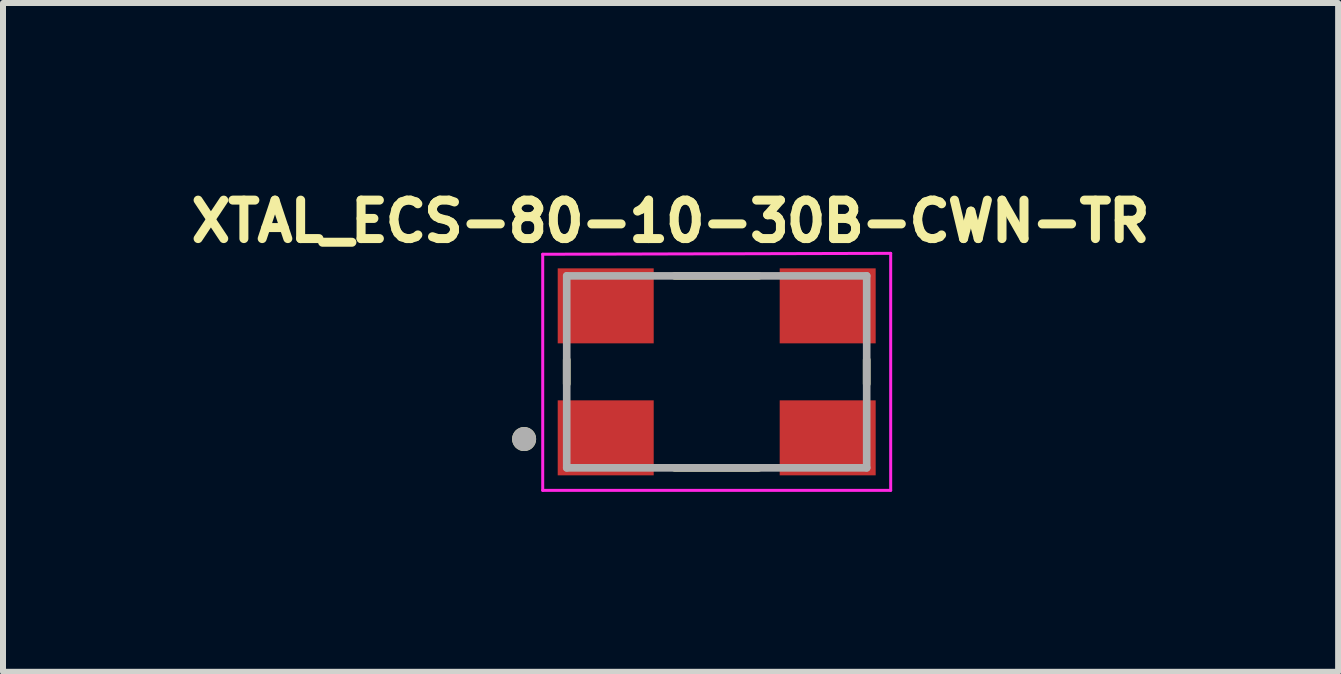
<source format=kicad_pcb>
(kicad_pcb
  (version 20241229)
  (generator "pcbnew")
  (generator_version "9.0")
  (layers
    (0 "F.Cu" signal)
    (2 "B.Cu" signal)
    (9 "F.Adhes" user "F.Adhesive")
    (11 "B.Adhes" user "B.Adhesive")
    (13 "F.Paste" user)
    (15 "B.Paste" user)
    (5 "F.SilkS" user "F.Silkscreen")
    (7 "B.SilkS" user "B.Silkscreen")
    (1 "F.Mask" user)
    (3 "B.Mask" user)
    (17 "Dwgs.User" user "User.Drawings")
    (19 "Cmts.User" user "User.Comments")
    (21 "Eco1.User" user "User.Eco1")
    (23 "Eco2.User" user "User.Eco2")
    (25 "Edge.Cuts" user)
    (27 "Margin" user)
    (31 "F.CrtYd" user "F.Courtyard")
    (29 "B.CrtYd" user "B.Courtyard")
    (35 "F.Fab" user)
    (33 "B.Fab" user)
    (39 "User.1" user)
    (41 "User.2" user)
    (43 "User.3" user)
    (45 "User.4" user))
  (footprint "XTAL_ECS-80-10-30B-CWN-TR"
    (layer "F.Cu")
    (at 8.896 3.148)
    (property "Reference" "XTAL_ECS-80-10-30B-CWN-TR" (at -0.769 -2.51 0) (layer "F.SilkS") (effects (font (size 0.641 0.641) (thickness 0.15))))
    (attr smd)
    (fp_line (start -2.5 0.2) (end -2.5 -0.2) (stroke (width 0.127) (type solid)) (layer "F.SilkS"))
    (fp_line (start -0.7 1.6) (end 0.7 1.6) (stroke (width 0.127) (type solid)) (layer "F.SilkS"))
    (fp_line (start 0.7 -1.6) (end -0.7 -1.6) (stroke (width 0.127) (type solid)) (layer "F.SilkS"))
    (fp_line (start 2.5 0.2) (end 2.5 -0.2) (stroke (width 0.127) (type solid)) (layer "F.SilkS"))
    (fp_circle (center -3.21 1.12) (end -3.11 1.12) (stroke (width 0.2) (type solid)) (fill no) (layer "F.SilkS"))
    (fp_line (start -2.9 -1.96) (end -2.9 1.975) (stroke (width 0.05) (type solid)) (layer "F.CrtYd"))
    (fp_line (start -2.9 1.975) (end 2.9 1.975) (stroke (width 0.05) (type solid)) (layer "F.CrtYd"))
    (fp_line (start 2.9 -1.975) (end -2.9 -1.96) (stroke (width 0.05) (type solid)) (layer "F.CrtYd"))
    (fp_line (start 2.9 1.975) (end 2.9 -1.975) (stroke (width 0.05) (type solid)) (layer "F.CrtYd"))
    (fp_line (start -2.5 -1.6) (end -2.5 1.6) (stroke (width 0.127) (type solid)) (layer "F.Fab"))
    (fp_line (start -2.5 1.6) (end 2.5 1.6) (stroke (width 0.127) (type solid)) (layer "F.Fab"))
    (fp_line (start 2.5 -1.6) (end -2.5 -1.6) (stroke (width 0.127) (type solid)) (layer "F.Fab"))
    (fp_line (start 2.5 1.6) (end 2.5 -1.6) (stroke (width 0.127) (type solid)) (layer "F.Fab"))
    (fp_circle (center -3.21 1.12) (end -3.11 1.12) (stroke (width 0.2) (type solid)) (fill no) (layer "F.Fab"))
    (pad "1" smd rect (at -1.85 1.1) (size 1.6 1.25) (layers "F.Cu" "F.Mask" "F.Paste"))
    (pad "2" smd rect (at 1.85 1.1) (size 1.6 1.25) (layers "F.Cu" "F.Mask" "F.Paste"))
    (pad "3" smd rect (at 1.85 -1.1) (size 1.6 1.25) (layers "F.Cu" "F.Mask" "F.Paste"))
    (pad "4" smd rect (at -1.85 -1.1) (size 1.6 1.25) (layers "F.Cu" "F.Mask" "F.Paste")))
  (gr_rect
    (start -3 -3)
    (end 19.254 8.148)
    (stroke (width 0.1) (type default))
    (fill no)
    (layer "Edge.Cuts")))
</source>
